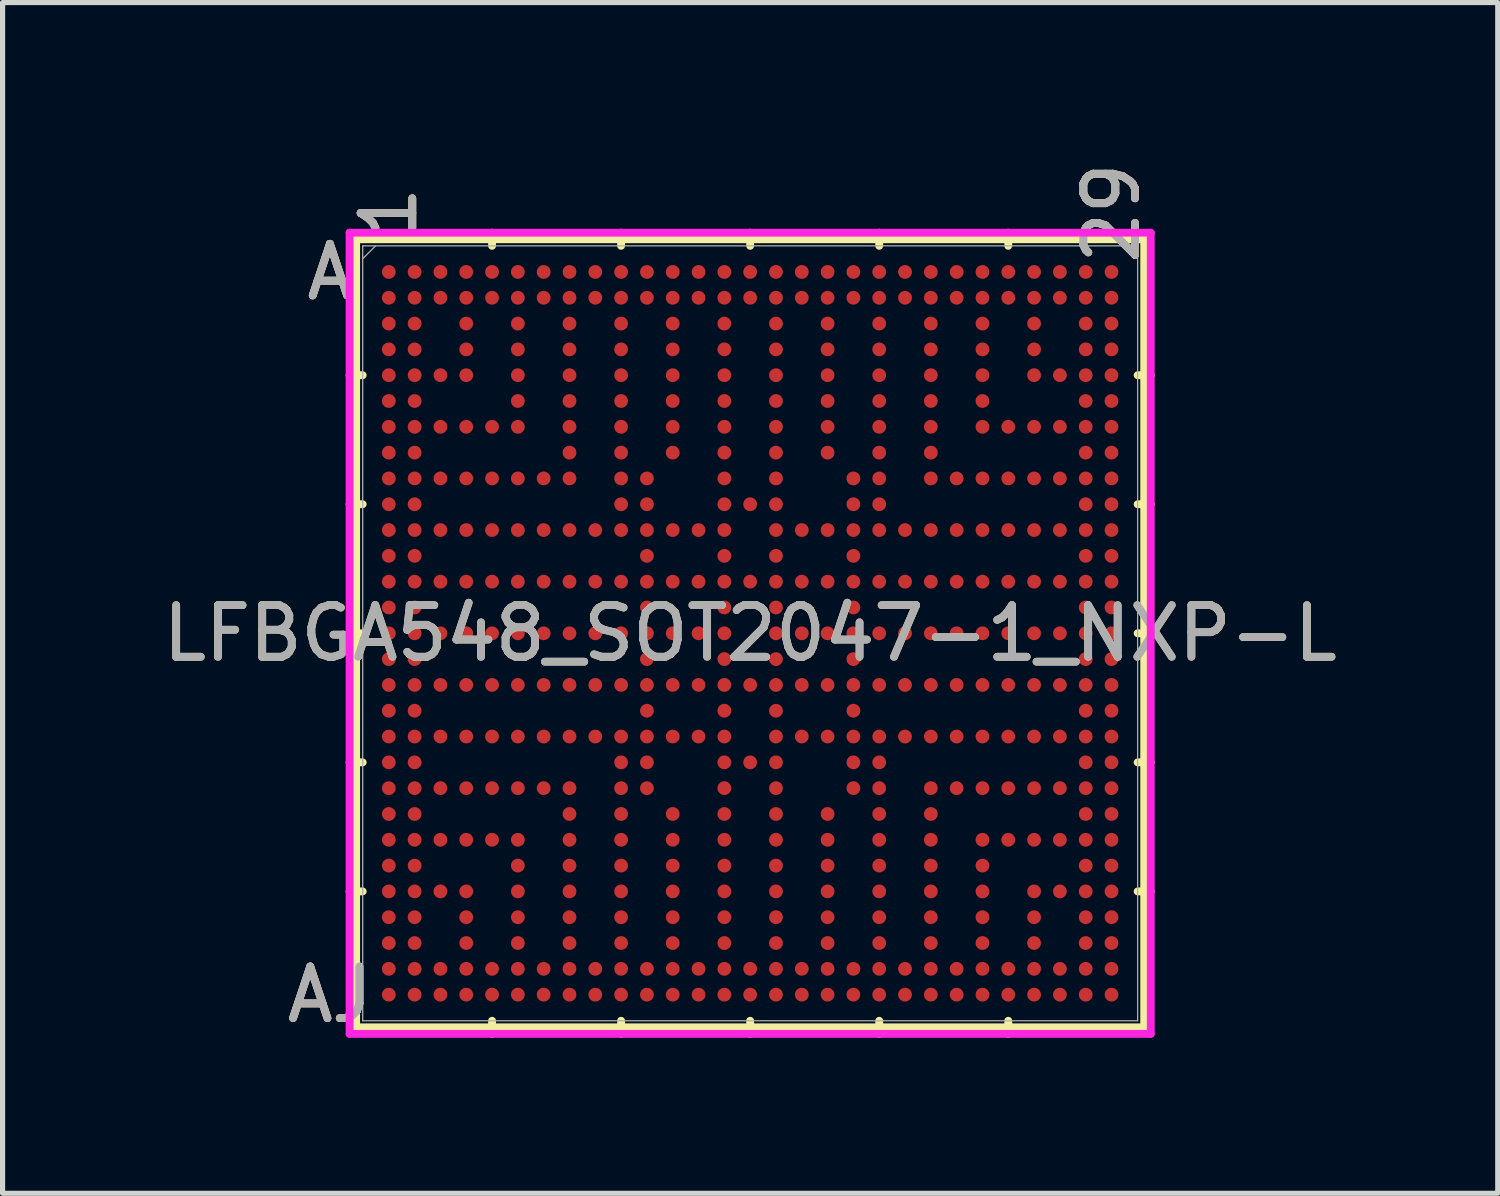
<source format=kicad_pcb>
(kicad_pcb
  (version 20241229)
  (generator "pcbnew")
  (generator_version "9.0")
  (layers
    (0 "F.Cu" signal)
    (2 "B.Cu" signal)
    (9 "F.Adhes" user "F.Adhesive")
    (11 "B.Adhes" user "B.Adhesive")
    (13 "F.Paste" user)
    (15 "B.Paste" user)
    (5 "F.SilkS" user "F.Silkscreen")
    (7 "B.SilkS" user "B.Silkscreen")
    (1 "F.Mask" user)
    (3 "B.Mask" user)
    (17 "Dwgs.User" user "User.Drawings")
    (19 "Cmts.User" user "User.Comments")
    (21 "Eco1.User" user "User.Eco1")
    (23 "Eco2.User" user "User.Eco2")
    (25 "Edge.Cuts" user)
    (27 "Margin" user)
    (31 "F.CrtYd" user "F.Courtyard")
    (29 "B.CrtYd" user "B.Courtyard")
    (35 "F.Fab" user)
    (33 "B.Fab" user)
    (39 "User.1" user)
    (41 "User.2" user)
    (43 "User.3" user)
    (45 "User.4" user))
  (footprint "LFBGA548_SOT2047-1_NXP-L"
    (layer "F.Cu")
    (at 11.482 9.218)
    (property "Reference" "LFBGA548_SOT2047-1_NXP-L" (at 0 0 0) (unlocked yes) (layer "F.SilkS") (effects (font (size 1 1) (thickness 0.15))))
    (attr smd)
    (fp_line (start -7.633 -7.633) (end -7.633 7.633) (stroke (width 0.152) (type solid)) (layer "F.SilkS"))
    (fp_line (start -7.633 7.633) (end 7.633 7.633) (stroke (width 0.152) (type solid)) (layer "F.SilkS"))
    (fp_line (start -7.506 -5) (end -7.76 -5) (stroke (width 0.152) (type solid)) (layer "F.SilkS"))
    (fp_line (start -7.506 -2.5) (end -7.76 -2.5) (stroke (width 0.152) (type solid)) (layer "F.SilkS"))
    (fp_line (start -7.506 0) (end -7.76 0) (stroke (width 0.152) (type solid)) (layer "F.SilkS"))
    (fp_line (start -7.506 2.5) (end -7.76 2.5) (stroke (width 0.152) (type solid)) (layer "F.SilkS"))
    (fp_line (start -7.506 5) (end -7.76 5) (stroke (width 0.152) (type solid)) (layer "F.SilkS"))
    (fp_line (start -5 -7.506) (end -5 -7.76) (stroke (width 0.152) (type solid)) (layer "F.SilkS"))
    (fp_line (start -5 7.506) (end -5 7.76) (stroke (width 0.152) (type solid)) (layer "F.SilkS"))
    (fp_line (start -2.5 -7.506) (end -2.5 -7.76) (stroke (width 0.152) (type solid)) (layer "F.SilkS"))
    (fp_line (start -2.5 7.506) (end -2.5 7.76) (stroke (width 0.152) (type solid)) (layer "F.SilkS"))
    (fp_line (start 0 -7.506) (end 0 -7.76) (stroke (width 0.152) (type solid)) (layer "F.SilkS"))
    (fp_line (start 0 7.506) (end 0 7.76) (stroke (width 0.152) (type solid)) (layer "F.SilkS"))
    (fp_line (start 2.5 -7.506) (end 2.5 -7.76) (stroke (width 0.152) (type solid)) (layer "F.SilkS"))
    (fp_line (start 2.5 7.506) (end 2.5 7.76) (stroke (width 0.152) (type solid)) (layer "F.SilkS"))
    (fp_line (start 5 -7.506) (end 5 -7.76) (stroke (width 0.152) (type solid)) (layer "F.SilkS"))
    (fp_line (start 5 7.506) (end 5 7.76) (stroke (width 0.152) (type solid)) (layer "F.SilkS"))
    (fp_line (start 7.506 -5) (end 7.76 -5) (stroke (width 0.152) (type solid)) (layer "F.SilkS"))
    (fp_line (start 7.506 -2.5) (end 7.76 -2.5) (stroke (width 0.152) (type solid)) (layer "F.SilkS"))
    (fp_line (start 7.506 0) (end 7.76 0) (stroke (width 0.152) (type solid)) (layer "F.SilkS"))
    (fp_line (start 7.506 2.5) (end 7.76 2.5) (stroke (width 0.152) (type solid)) (layer "F.SilkS"))
    (fp_line (start 7.506 5) (end 7.76 5) (stroke (width 0.152) (type solid)) (layer "F.SilkS"))
    (fp_line (start 7.633 -7.633) (end -7.633 -7.633) (stroke (width 0.152) (type solid)) (layer "F.SilkS"))
    (fp_line (start 7.633 7.633) (end 7.633 -7.633) (stroke (width 0.152) (type solid)) (layer "F.SilkS"))
    (fp_poly (pts (xy -7.694 -7.694) (xy 7.694 -7.694) (xy 7.694 7.694) (xy -7.694 7.694)) (stroke (width 0.1) (type solid)) (fill no) (layer "Eco2.User"))
    (fp_line (start -7.76 -7.76) (end 7.76 -7.76) (stroke (width 0.152) (type solid)) (layer "F.CrtYd"))
    (fp_line (start -7.76 7.76) (end -7.76 -7.76) (stroke (width 0.152) (type solid)) (layer "F.CrtYd"))
    (fp_line (start 7.76 -7.76) (end 7.76 7.76) (stroke (width 0.152) (type solid)) (layer "F.CrtYd"))
    (fp_line (start 7.76 7.76) (end -7.76 7.76) (stroke (width 0.152) (type solid)) (layer "F.CrtYd"))
    (fp_line (start -7.506 -7.506) (end -7.506 7.506) (stroke (width 0.025) (type solid)) (layer "F.Fab"))
    (fp_line (start -7.506 7.506) (end 7.506 7.506) (stroke (width 0.025) (type solid)) (layer "F.Fab"))
    (fp_line (start -7.256 -7.506) (end -7.506 -7.256) (stroke (width 0.025) (type solid)) (layer "F.Fab"))
    (fp_line (start 7.506 -7.506) (end -7.506 -7.506) (stroke (width 0.025) (type solid)) (layer "F.Fab"))
    (fp_line (start 7.506 7.506) (end 7.506 -7.506) (stroke (width 0.025) (type solid)) (layer "F.Fab"))
    (fp_text user "29" (at 7 -8.141 90) (unlocked yes) (layer "F.SilkS") (effects (font (size 1 1) (thickness 0.15))))
    (fp_text user "AJ" (at -8.141 7 0) (unlocked yes) (layer "F.SilkS") (effects (font (size 1 1) (thickness 0.15))))
    (fp_text user "1" (at -7 -8.141 90) (unlocked yes) (layer "F.SilkS") (effects (font (size 1 1) (thickness 0.15))))
    (fp_text user "A" (at -8.141 -7 0) (unlocked yes) (layer "F.SilkS") (effects (font (size 1 1) (thickness 0.15))))
    (fp_text user "A" (at -8.141 -7 0) (unlocked yes) (layer "B.SilkS") (effects (font (size 1 1) (thickness 0.15))))
    (fp_text user "1" (at -7 -8.141 90) (unlocked yes) (layer "B.SilkS") (effects (font (size 1 1) (thickness 0.15))))
    (fp_text user "AJ" (at -8.141 7 0) (unlocked yes) (layer "B.SilkS") (effects (font (size 1 1) (thickness 0.15))))
    (fp_text user "29" (at 7 -8.141 90) (unlocked yes) (layer "B.SilkS") (effects (font (size 1 1) (thickness 0.15))))
    (fp_text user "AJ" (at -8.141 7 0) (unlocked yes) (layer "F.Fab") (effects (font (size 1 1) (thickness 0.15))))
    (fp_text user "${REFERENCE}" (at 0 0 0) (unlocked yes) (layer "F.Fab") (effects (font (size 1 1) (thickness 0.15))))
    (fp_text user "29" (at 7 -8.141 90) (unlocked yes) (layer "F.Fab") (effects (font (size 1 1) (thickness 0.15))))
    (fp_text user "A" (at -8.141 -7 0) (unlocked yes) (layer "F.Fab") (effects (font (size 1 1) (thickness 0.15))))
    (fp_text user "1" (at -7 -8.141 90) (unlocked yes) (layer "F.Fab") (effects (font (size 1 1) (thickness 0.15))))
    (pad "A1" smd circle (at -7 -7) (size 0.267 0.267) (layers "F.Cu" "F.Mask" "F.Paste"))
    (pad "A2" smd circle (at -6.5 -7) (size 0.267 0.267) (layers "F.Cu" "F.Mask" "F.Paste"))
    (pad "A3" smd circle (at -6 -7) (size 0.267 0.267) (layers "F.Cu" "F.Mask" "F.Paste"))
    (pad "A4" smd circle (at -5.5 -7) (size 0.267 0.267) (layers "F.Cu" "F.Mask" "F.Paste"))
    (pad "A5" smd circle (at -5 -7) (size 0.267 0.267) (layers "F.Cu" "F.Mask" "F.Paste"))
    (pad "A6" smd circle (at -4.5 -7) (size 0.267 0.267) (layers "F.Cu" "F.Mask" "F.Paste"))
    (pad "A7" smd circle (at -4 -7) (size 0.267 0.267) (layers "F.Cu" "F.Mask" "F.Paste"))
    (pad "A8" smd circle (at -3.5 -7) (size 0.267 0.267) (layers "F.Cu" "F.Mask" "F.Paste"))
    (pad "A9" smd circle (at -3 -7) (size 0.267 0.267) (layers "F.Cu" "F.Mask" "F.Paste"))
    (pad "A10" smd circle (at -2.5 -7) (size 0.267 0.267) (layers "F.Cu" "F.Mask" "F.Paste"))
    (pad "A11" smd circle (at -2 -7) (size 0.267 0.267) (layers "F.Cu" "F.Mask" "F.Paste"))
    (pad "A12" smd circle (at -1.5 -7) (size 0.267 0.267) (layers "F.Cu" "F.Mask" "F.Paste"))
    (pad "A13" smd circle (at -1 -7) (size 0.267 0.267) (layers "F.Cu" "F.Mask" "F.Paste"))
    (pad "A14" smd circle (at -0.5 -7) (size 0.267 0.267) (layers "F.Cu" "F.Mask" "F.Paste"))
    (pad "A15" smd circle (at 0 -7) (size 0.267 0.267) (layers "F.Cu" "F.Mask" "F.Paste"))
    (pad "A16" smd circle (at 0.5 -7) (size 0.267 0.267) (layers "F.Cu" "F.Mask" "F.Paste"))
    (pad "A17" smd circle (at 1 -7) (size 0.267 0.267) (layers "F.Cu" "F.Mask" "F.Paste"))
    (pad "A18" smd circle (at 1.5 -7) (size 0.267 0.267) (layers "F.Cu" "F.Mask" "F.Paste"))
    (pad "A19" smd circle (at 2 -7) (size 0.267 0.267) (layers "F.Cu" "F.Mask" "F.Paste"))
    (pad "A20" smd circle (at 2.5 -7) (size 0.267 0.267) (layers "F.Cu" "F.Mask" "F.Paste"))
    (pad "A21" smd circle (at 3 -7) (size 0.267 0.267) (layers "F.Cu" "F.Mask" "F.Paste"))
    (pad "A22" smd circle (at 3.5 -7) (size 0.267 0.267) (layers "F.Cu" "F.Mask" "F.Paste"))
    (pad "A23" smd circle (at 4 -7) (size 0.267 0.267) (layers "F.Cu" "F.Mask" "F.Paste"))
    (pad "A24" smd circle (at 4.5 -7) (size 0.267 0.267) (layers "F.Cu" "F.Mask" "F.Paste"))
    (pad "A25" smd circle (at 5 -7) (size 0.267 0.267) (layers "F.Cu" "F.Mask" "F.Paste"))
    (pad "A26" smd circle (at 5.5 -7) (size 0.267 0.267) (layers "F.Cu" "F.Mask" "F.Paste"))
    (pad "A27" smd circle (at 6 -7) (size 0.267 0.267) (layers "F.Cu" "F.Mask" "F.Paste"))
    (pad "A28" smd circle (at 6.5 -7) (size 0.267 0.267) (layers "F.Cu" "F.Mask" "F.Paste"))
    (pad "A29" smd circle (at 7 -7) (size 0.267 0.267) (layers "F.Cu" "F.Mask" "F.Paste"))
    (pad "AA1" smd circle (at -7 3) (size 0.267 0.267) (layers "F.Cu" "F.Mask" "F.Paste"))
    (pad "AA2" smd circle (at -6.5 3) (size 0.267 0.267) (layers "F.Cu" "F.Mask" "F.Paste"))
    (pad "AA3" smd circle (at -6 3) (size 0.267 0.267) (layers "F.Cu" "F.Mask" "F.Paste"))
    (pad "AA4" smd circle (at -5.5 3) (size 0.267 0.267) (layers "F.Cu" "F.Mask" "F.Paste"))
    (pad "AA5" smd circle (at -5 3) (size 0.267 0.267) (layers "F.Cu" "F.Mask" "F.Paste"))
    (pad "AA6" smd circle (at -4.5 3) (size 0.267 0.267) (layers "F.Cu" "F.Mask" "F.Paste"))
    (pad "AA7" smd circle (at -4 3) (size 0.267 0.267) (layers "F.Cu" "F.Mask" "F.Paste"))
    (pad "AA8" smd circle (at -3.5 3) (size 0.267 0.267) (layers "F.Cu" "F.Mask" "F.Paste"))
    (pad "AA10" smd circle (at -2.5 3) (size 0.267 0.267) (layers "F.Cu" "F.Mask" "F.Paste"))
    (pad "AA11" smd circle (at -2 3) (size 0.267 0.267) (layers "F.Cu" "F.Mask" "F.Paste"))
    (pad "AA14" smd circle (at -0.5 3) (size 0.267 0.267) (layers "F.Cu" "F.Mask" "F.Paste"))
    (pad "AA16" smd circle (at 0.5 3) (size 0.267 0.267) (layers "F.Cu" "F.Mask" "F.Paste"))
    (pad "AA19" smd circle (at 2 3) (size 0.267 0.267) (layers "F.Cu" "F.Mask" "F.Paste"))
    (pad "AA20" smd circle (at 2.5 3) (size 0.267 0.267) (layers "F.Cu" "F.Mask" "F.Paste"))
    (pad "AA22" smd circle (at 3.5 3) (size 0.267 0.267) (layers "F.Cu" "F.Mask" "F.Paste"))
    (pad "AA23" smd circle (at 4 3) (size 0.267 0.267) (layers "F.Cu" "F.Mask" "F.Paste"))
    (pad "AA24" smd circle (at 4.5 3) (size 0.267 0.267) (layers "F.Cu" "F.Mask" "F.Paste"))
    (pad "AA25" smd circle (at 5 3) (size 0.267 0.267) (layers "F.Cu" "F.Mask" "F.Paste"))
    (pad "AA26" smd circle (at 5.5 3) (size 0.267 0.267) (layers "F.Cu" "F.Mask" "F.Paste"))
    (pad "AA27" smd circle (at 6 3) (size 0.267 0.267) (layers "F.Cu" "F.Mask" "F.Paste"))
    (pad "AA28" smd circle (at 6.5 3) (size 0.267 0.267) (layers "F.Cu" "F.Mask" "F.Paste"))
    (pad "AA29" smd circle (at 7 3) (size 0.267 0.267) (layers "F.Cu" "F.Mask" "F.Paste"))
    (pad "AB1" smd circle (at -7 3.5) (size 0.267 0.267) (layers "F.Cu" "F.Mask" "F.Paste"))
    (pad "AB2" smd circle (at -6.5 3.5) (size 0.267 0.267) (layers "F.Cu" "F.Mask" "F.Paste"))
    (pad "AB8" smd circle (at -3.5 3.5) (size 0.267 0.267) (layers "F.Cu" "F.Mask" "F.Paste"))
    (pad "AB10" smd circle (at -2.5 3.5) (size 0.267 0.267) (layers "F.Cu" "F.Mask" "F.Paste"))
    (pad "AB12" smd circle (at -1.5 3.5) (size 0.267 0.267) (layers "F.Cu" "F.Mask" "F.Paste"))
    (pad "AB14" smd circle (at -0.5 3.5) (size 0.267 0.267) (layers "F.Cu" "F.Mask" "F.Paste"))
    (pad "AB16" smd circle (at 0.5 3.5) (size 0.267 0.267) (layers "F.Cu" "F.Mask" "F.Paste"))
    (pad "AB18" smd circle (at 1.5 3.5) (size 0.267 0.267) (layers "F.Cu" "F.Mask" "F.Paste"))
    (pad "AB20" smd circle (at 2.5 3.5) (size 0.267 0.267) (layers "F.Cu" "F.Mask" "F.Paste"))
    (pad "AB22" smd circle (at 3.5 3.5) (size 0.267 0.267) (layers "F.Cu" "F.Mask" "F.Paste"))
    (pad "AB28" smd circle (at 6.5 3.5) (size 0.267 0.267) (layers "F.Cu" "F.Mask" "F.Paste"))
    (pad "AB29" smd circle (at 7 3.5) (size 0.267 0.267) (layers "F.Cu" "F.Mask" "F.Paste"))
    (pad "AC1" smd circle (at -7 4) (size 0.267 0.267) (layers "F.Cu" "F.Mask" "F.Paste"))
    (pad "AC2" smd circle (at -6.5 4) (size 0.267 0.267) (layers "F.Cu" "F.Mask" "F.Paste"))
    (pad "AC3" smd circle (at -6 4) (size 0.267 0.267) (layers "F.Cu" "F.Mask" "F.Paste"))
    (pad "AC4" smd circle (at -5.5 4) (size 0.267 0.267) (layers "F.Cu" "F.Mask" "F.Paste"))
    (pad "AC5" smd circle (at -5 4) (size 0.267 0.267) (layers "F.Cu" "F.Mask" "F.Paste"))
    (pad "AC6" smd circle (at -4.5 4) (size 0.267 0.267) (layers "F.Cu" "F.Mask" "F.Paste"))
    (pad "AC8" smd circle (at -3.5 4) (size 0.267 0.267) (layers "F.Cu" "F.Mask" "F.Paste"))
    (pad "AC10" smd circle (at -2.5 4) (size 0.267 0.267) (layers "F.Cu" "F.Mask" "F.Paste"))
    (pad "AC12" smd circle (at -1.5 4) (size 0.267 0.267) (layers "F.Cu" "F.Mask" "F.Paste"))
    (pad "AC14" smd circle (at -0.5 4) (size 0.267 0.267) (layers "F.Cu" "F.Mask" "F.Paste"))
    (pad "AC16" smd circle (at 0.5 4) (size 0.267 0.267) (layers "F.Cu" "F.Mask" "F.Paste"))
    (pad "AC18" smd circle (at 1.5 4) (size 0.267 0.267) (layers "F.Cu" "F.Mask" "F.Paste"))
    (pad "AC20" smd circle (at 2.5 4) (size 0.267 0.267) (layers "F.Cu" "F.Mask" "F.Paste"))
    (pad "AC22" smd circle (at 3.5 4) (size 0.267 0.267) (layers "F.Cu" "F.Mask" "F.Paste"))
    (pad "AC24" smd circle (at 4.5 4) (size 0.267 0.267) (layers "F.Cu" "F.Mask" "F.Paste"))
    (pad "AC25" smd circle (at 5 4) (size 0.267 0.267) (layers "F.Cu" "F.Mask" "F.Paste"))
    (pad "AC26" smd circle (at 5.5 4) (size 0.267 0.267) (layers "F.Cu" "F.Mask" "F.Paste"))
    (pad "AC27" smd circle (at 6 4) (size 0.267 0.267) (layers "F.Cu" "F.Mask" "F.Paste"))
    (pad "AC28" smd circle (at 6.5 4) (size 0.267 0.267) (layers "F.Cu" "F.Mask" "F.Paste"))
    (pad "AC29" smd circle (at 7 4) (size 0.267 0.267) (layers "F.Cu" "F.Mask" "F.Paste"))
    (pad "AD1" smd circle (at -7 4.5) (size 0.267 0.267) (layers "F.Cu" "F.Mask" "F.Paste"))
    (pad "AD2" smd circle (at -6.5 4.5) (size 0.267 0.267) (layers "F.Cu" "F.Mask" "F.Paste"))
    (pad "AD6" smd circle (at -4.5 4.5) (size 0.267 0.267) (layers "F.Cu" "F.Mask" "F.Paste"))
    (pad "AD8" smd circle (at -3.5 4.5) (size 0.267 0.267) (layers "F.Cu" "F.Mask" "F.Paste"))
    (pad "AD10" smd circle (at -2.5 4.5) (size 0.267 0.267) (layers "F.Cu" "F.Mask" "F.Paste"))
    (pad "AD12" smd circle (at -1.5 4.5) (size 0.267 0.267) (layers "F.Cu" "F.Mask" "F.Paste"))
    (pad "AD14" smd circle (at -0.5 4.5) (size 0.267 0.267) (layers "F.Cu" "F.Mask" "F.Paste"))
    (pad "AD16" smd circle (at 0.5 4.5) (size 0.267 0.267) (layers "F.Cu" "F.Mask" "F.Paste"))
    (pad "AD18" smd circle (at 1.5 4.5) (size 0.267 0.267) (layers "F.Cu" "F.Mask" "F.Paste"))
    (pad "AD20" smd circle (at 2.5 4.5) (size 0.267 0.267) (layers "F.Cu" "F.Mask" "F.Paste"))
    (pad "AD22" smd circle (at 3.5 4.5) (size 0.267 0.267) (layers "F.Cu" "F.Mask" "F.Paste"))
    (pad "AD24" smd circle (at 4.5 4.5) (size 0.267 0.267) (layers "F.Cu" "F.Mask" "F.Paste"))
    (pad "AD28" smd circle (at 6.5 4.5) (size 0.267 0.267) (layers "F.Cu" "F.Mask" "F.Paste"))
    (pad "AD29" smd circle (at 7 4.5) (size 0.267 0.267) (layers "F.Cu" "F.Mask" "F.Paste"))
    (pad "AE1" smd circle (at -7 5) (size 0.267 0.267) (layers "F.Cu" "F.Mask" "F.Paste"))
    (pad "AE2" smd circle (at -6.5 5) (size 0.267 0.267) (layers "F.Cu" "F.Mask" "F.Paste"))
    (pad "AE3" smd circle (at -6 5) (size 0.267 0.267) (layers "F.Cu" "F.Mask" "F.Paste"))
    (pad "AE4" smd circle (at -5.5 5) (size 0.267 0.267) (layers "F.Cu" "F.Mask" "F.Paste"))
    (pad "AE6" smd circle (at -4.5 5) (size 0.267 0.267) (layers "F.Cu" "F.Mask" "F.Paste"))
    (pad "AE8" smd circle (at -3.5 5) (size 0.267 0.267) (layers "F.Cu" "F.Mask" "F.Paste"))
    (pad "AE10" smd circle (at -2.5 5) (size 0.267 0.267) (layers "F.Cu" "F.Mask" "F.Paste"))
    (pad "AE12" smd circle (at -1.5 5) (size 0.267 0.267) (layers "F.Cu" "F.Mask" "F.Paste"))
    (pad "AE14" smd circle (at -0.5 5) (size 0.267 0.267) (layers "F.Cu" "F.Mask" "F.Paste"))
    (pad "AE16" smd circle (at 0.5 5) (size 0.267 0.267) (layers "F.Cu" "F.Mask" "F.Paste"))
    (pad "AE18" smd circle (at 1.5 5) (size 0.267 0.267) (layers "F.Cu" "F.Mask" "F.Paste"))
    (pad "AE20" smd circle (at 2.5 5) (size 0.267 0.267) (layers "F.Cu" "F.Mask" "F.Paste"))
    (pad "AE22" smd circle (at 3.5 5) (size 0.267 0.267) (layers "F.Cu" "F.Mask" "F.Paste"))
    (pad "AE24" smd circle (at 4.5 5) (size 0.267 0.267) (layers "F.Cu" "F.Mask" "F.Paste"))
    (pad "AE26" smd circle (at 5.5 5) (size 0.267 0.267) (layers "F.Cu" "F.Mask" "F.Paste"))
    (pad "AE27" smd circle (at 6 5) (size 0.267 0.267) (layers "F.Cu" "F.Mask" "F.Paste"))
    (pad "AE28" smd circle (at 6.5 5) (size 0.267 0.267) (layers "F.Cu" "F.Mask" "F.Paste"))
    (pad "AE29" smd circle (at 7 5) (size 0.267 0.267) (layers "F.Cu" "F.Mask" "F.Paste"))
    (pad "AF1" smd circle (at -7 5.5) (size 0.267 0.267) (layers "F.Cu" "F.Mask" "F.Paste"))
    (pad "AF2" smd circle (at -6.5 5.5) (size 0.267 0.267) (layers "F.Cu" "F.Mask" "F.Paste"))
    (pad "AF4" smd circle (at -5.5 5.5) (size 0.267 0.267) (layers "F.Cu" "F.Mask" "F.Paste"))
    (pad "AF6" smd circle (at -4.5 5.5) (size 0.267 0.267) (layers "F.Cu" "F.Mask" "F.Paste"))
    (pad "AF8" smd circle (at -3.5 5.5) (size 0.267 0.267) (layers "F.Cu" "F.Mask" "F.Paste"))
    (pad "AF10" smd circle (at -2.5 5.5) (size 0.267 0.267) (layers "F.Cu" "F.Mask" "F.Paste"))
    (pad "AF12" smd circle (at -1.5 5.5) (size 0.267 0.267) (layers "F.Cu" "F.Mask" "F.Paste"))
    (pad "AF14" smd circle (at -0.5 5.5) (size 0.267 0.267) (layers "F.Cu" "F.Mask" "F.Paste"))
    (pad "AF16" smd circle (at 0.5 5.5) (size 0.267 0.267) (layers "F.Cu" "F.Mask" "F.Paste"))
    (pad "AF18" smd circle (at 1.5 5.5) (size 0.267 0.267) (layers "F.Cu" "F.Mask" "F.Paste"))
    (pad "AF20" smd circle (at 2.5 5.5) (size 0.267 0.267) (layers "F.Cu" "F.Mask" "F.Paste"))
    (pad "AF22" smd circle (at 3.5 5.5) (size 0.267 0.267) (layers "F.Cu" "F.Mask" "F.Paste"))
    (pad "AF24" smd circle (at 4.5 5.5) (size 0.267 0.267) (layers "F.Cu" "F.Mask" "F.Paste"))
    (pad "AF26" smd circle (at 5.5 5.5) (size 0.267 0.267) (layers "F.Cu" "F.Mask" "F.Paste"))
    (pad "AF28" smd circle (at 6.5 5.5) (size 0.267 0.267) (layers "F.Cu" "F.Mask" "F.Paste"))
    (pad "AF29" smd circle (at 7 5.5) (size 0.267 0.267) (layers "F.Cu" "F.Mask" "F.Paste"))
    (pad "AG1" smd circle (at -7 6) (size 0.267 0.267) (layers "F.Cu" "F.Mask" "F.Paste"))
    (pad "AG2" smd circle (at -6.5 6) (size 0.267 0.267) (layers "F.Cu" "F.Mask" "F.Paste"))
    (pad "AG4" smd circle (at -5.5 6) (size 0.267 0.267) (layers "F.Cu" "F.Mask" "F.Paste"))
    (pad "AG6" smd circle (at -4.5 6) (size 0.267 0.267) (layers "F.Cu" "F.Mask" "F.Paste"))
    (pad "AG8" smd circle (at -3.5 6) (size 0.267 0.267) (layers "F.Cu" "F.Mask" "F.Paste"))
    (pad "AG10" smd circle (at -2.5 6) (size 0.267 0.267) (layers "F.Cu" "F.Mask" "F.Paste"))
    (pad "AG12" smd circle (at -1.5 6) (size 0.267 0.267) (layers "F.Cu" "F.Mask" "F.Paste"))
    (pad "AG14" smd circle (at -0.5 6) (size 0.267 0.267) (layers "F.Cu" "F.Mask" "F.Paste"))
    (pad "AG16" smd circle (at 0.5 6) (size 0.267 0.267) (layers "F.Cu" "F.Mask" "F.Paste"))
    (pad "AG18" smd circle (at 1.5 6) (size 0.267 0.267) (layers "F.Cu" "F.Mask" "F.Paste"))
    (pad "AG20" smd circle (at 2.5 6) (size 0.267 0.267) (layers "F.Cu" "F.Mask" "F.Paste"))
    (pad "AG22" smd circle (at 3.5 6) (size 0.267 0.267) (layers "F.Cu" "F.Mask" "F.Paste"))
    (pad "AG24" smd circle (at 4.5 6) (size 0.267 0.267) (layers "F.Cu" "F.Mask" "F.Paste"))
    (pad "AG26" smd circle (at 5.5 6) (size 0.267 0.267) (layers "F.Cu" "F.Mask" "F.Paste"))
    (pad "AG28" smd circle (at 6.5 6) (size 0.267 0.267) (layers "F.Cu" "F.Mask" "F.Paste"))
    (pad "AG29" smd circle (at 7 6) (size 0.267 0.267) (layers "F.Cu" "F.Mask" "F.Paste"))
    (pad "AH1" smd circle (at -7 6.5) (size 0.267 0.267) (layers "F.Cu" "F.Mask" "F.Paste"))
    (pad "AH2" smd circle (at -6.5 6.5) (size 0.267 0.267) (layers "F.Cu" "F.Mask" "F.Paste"))
    (pad "AH3" smd circle (at -6 6.5) (size 0.267 0.267) (layers "F.Cu" "F.Mask" "F.Paste"))
    (pad "AH4" smd circle (at -5.5 6.5) (size 0.267 0.267) (layers "F.Cu" "F.Mask" "F.Paste"))
    (pad "AH5" smd circle (at -5 6.5) (size 0.267 0.267) (layers "F.Cu" "F.Mask" "F.Paste"))
    (pad "AH6" smd circle (at -4.5 6.5) (size 0.267 0.267) (layers "F.Cu" "F.Mask" "F.Paste"))
    (pad "AH7" smd circle (at -4 6.5) (size 0.267 0.267) (layers "F.Cu" "F.Mask" "F.Paste"))
    (pad "AH8" smd circle (at -3.5 6.5) (size 0.267 0.267) (layers "F.Cu" "F.Mask" "F.Paste"))
    (pad "AH9" smd circle (at -3 6.5) (size 0.267 0.267) (layers "F.Cu" "F.Mask" "F.Paste"))
    (pad "AH10" smd circle (at -2.5 6.5) (size 0.267 0.267) (layers "F.Cu" "F.Mask" "F.Paste"))
    (pad "AH11" smd circle (at -2 6.5) (size 0.267 0.267) (layers "F.Cu" "F.Mask" "F.Paste"))
    (pad "AH12" smd circle (at -1.5 6.5) (size 0.267 0.267) (layers "F.Cu" "F.Mask" "F.Paste"))
    (pad "AH13" smd circle (at -1 6.5) (size 0.267 0.267) (layers "F.Cu" "F.Mask" "F.Paste"))
    (pad "AH14" smd circle (at -0.5 6.5) (size 0.267 0.267) (layers "F.Cu" "F.Mask" "F.Paste"))
    (pad "AH15" smd circle (at 0 6.5) (size 0.267 0.267) (layers "F.Cu" "F.Mask" "F.Paste"))
    (pad "AH16" smd circle (at 0.5 6.5) (size 0.267 0.267) (layers "F.Cu" "F.Mask" "F.Paste"))
    (pad "AH17" smd circle (at 1 6.5) (size 0.267 0.267) (layers "F.Cu" "F.Mask" "F.Paste"))
    (pad "AH18" smd circle (at 1.5 6.5) (size 0.267 0.267) (layers "F.Cu" "F.Mask" "F.Paste"))
    (pad "AH19" smd circle (at 2 6.5) (size 0.267 0.267) (layers "F.Cu" "F.Mask" "F.Paste"))
    (pad "AH20" smd circle (at 2.5 6.5) (size 0.267 0.267) (layers "F.Cu" "F.Mask" "F.Paste"))
    (pad "AH21" smd circle (at 3 6.5) (size 0.267 0.267) (layers "F.Cu" "F.Mask" "F.Paste"))
    (pad "AH22" smd circle (at 3.5 6.5) (size 0.267 0.267) (layers "F.Cu" "F.Mask" "F.Paste"))
    (pad "AH23" smd circle (at 4 6.5) (size 0.267 0.267) (layers "F.Cu" "F.Mask" "F.Paste"))
    (pad "AH24" smd circle (at 4.5 6.5) (size 0.267 0.267) (layers "F.Cu" "F.Mask" "F.Paste"))
    (pad "AH25" smd circle (at 5 6.5) (size 0.267 0.267) (layers "F.Cu" "F.Mask" "F.Paste"))
    (pad "AH26" smd circle (at 5.5 6.5) (size 0.267 0.267) (layers "F.Cu" "F.Mask" "F.Paste"))
    (pad "AH27" smd circle (at 6 6.5) (size 0.267 0.267) (layers "F.Cu" "F.Mask" "F.Paste"))
    (pad "AH28" smd circle (at 6.5 6.5) (size 0.267 0.267) (layers "F.Cu" "F.Mask" "F.Paste"))
    (pad "AH29" smd circle (at 7 6.5) (size 0.267 0.267) (layers "F.Cu" "F.Mask" "F.Paste"))
    (pad "AJ1" smd circle (at -7 7) (size 0.267 0.267) (layers "F.Cu" "F.Mask" "F.Paste"))
    (pad "AJ2" smd circle (at -6.5 7) (size 0.267 0.267) (layers "F.Cu" "F.Mask" "F.Paste"))
    (pad "AJ3" smd circle (at -6 7) (size 0.267 0.267) (layers "F.Cu" "F.Mask" "F.Paste"))
    (pad "AJ4" smd circle (at -5.5 7) (size 0.267 0.267) (layers "F.Cu" "F.Mask" "F.Paste"))
    (pad "AJ5" smd circle (at -5 7) (size 0.267 0.267) (layers "F.Cu" "F.Mask" "F.Paste"))
    (pad "AJ6" smd circle (at -4.5 7) (size 0.267 0.267) (layers "F.Cu" "F.Mask" "F.Paste"))
    (pad "AJ7" smd circle (at -4 7) (size 0.267 0.267) (layers "F.Cu" "F.Mask" "F.Paste"))
    (pad "AJ8" smd circle (at -3.5 7) (size 0.267 0.267) (layers "F.Cu" "F.Mask" "F.Paste"))
    (pad "AJ9" smd circle (at -3 7) (size 0.267 0.267) (layers "F.Cu" "F.Mask" "F.Paste"))
    (pad "AJ10" smd circle (at -2.5 7) (size 0.267 0.267) (layers "F.Cu" "F.Mask" "F.Paste"))
    (pad "AJ11" smd circle (at -2 7) (size 0.267 0.267) (layers "F.Cu" "F.Mask" "F.Paste"))
    (pad "AJ12" smd circle (at -1.5 7) (size 0.267 0.267) (layers "F.Cu" "F.Mask" "F.Paste"))
    (pad "AJ13" smd circle (at -1 7) (size 0.267 0.267) (layers "F.Cu" "F.Mask" "F.Paste"))
    (pad "AJ14" smd circle (at -0.5 7) (size 0.267 0.267) (layers "F.Cu" "F.Mask" "F.Paste"))
    (pad "AJ15" smd circle (at 0 7) (size 0.267 0.267) (layers "F.Cu" "F.Mask" "F.Paste"))
    (pad "AJ16" smd circle (at 0.5 7) (size 0.267 0.267) (layers "F.Cu" "F.Mask" "F.Paste"))
    (pad "AJ17" smd circle (at 1 7) (size 0.267 0.267) (layers "F.Cu" "F.Mask" "F.Paste"))
    (pad "AJ18" smd circle (at 1.5 7) (size 0.267 0.267) (layers "F.Cu" "F.Mask" "F.Paste"))
    (pad "AJ19" smd circle (at 2 7) (size 0.267 0.267) (layers "F.Cu" "F.Mask" "F.Paste"))
    (pad "AJ20" smd circle (at 2.5 7) (size 0.267 0.267) (layers "F.Cu" "F.Mask" "F.Paste"))
    (pad "AJ21" smd circle (at 3 7) (size 0.267 0.267) (layers "F.Cu" "F.Mask" "F.Paste"))
    (pad "AJ22" smd circle (at 3.5 7) (size 0.267 0.267) (layers "F.Cu" "F.Mask" "F.Paste"))
    (pad "AJ23" smd circle (at 4 7) (size 0.267 0.267) (layers "F.Cu" "F.Mask" "F.Paste"))
    (pad "AJ24" smd circle (at 4.5 7) (size 0.267 0.267) (layers "F.Cu" "F.Mask" "F.Paste"))
    (pad "AJ25" smd circle (at 5 7) (size 0.267 0.267) (layers "F.Cu" "F.Mask" "F.Paste"))
    (pad "AJ26" smd circle (at 5.5 7) (size 0.267 0.267) (layers "F.Cu" "F.Mask" "F.Paste"))
    (pad "AJ27" smd circle (at 6 7) (size 0.267 0.267) (layers "F.Cu" "F.Mask" "F.Paste"))
    (pad "AJ28" smd circle (at 6.5 7) (size 0.267 0.267) (layers "F.Cu" "F.Mask" "F.Paste"))
    (pad "AJ29" smd circle (at 7 7) (size 0.267 0.267) (layers "F.Cu" "F.Mask" "F.Paste"))
    (pad "B1" smd circle (at -7 -6.5) (size 0.267 0.267) (layers "F.Cu" "F.Mask" "F.Paste"))
    (pad "B2" smd circle (at -6.5 -6.5) (size 0.267 0.267) (layers "F.Cu" "F.Mask" "F.Paste"))
    (pad "B3" smd circle (at -6 -6.5) (size 0.267 0.267) (layers "F.Cu" "F.Mask" "F.Paste"))
    (pad "B4" smd circle (at -5.5 -6.5) (size 0.267 0.267) (layers "F.Cu" "F.Mask" "F.Paste"))
    (pad "B5" smd circle (at -5 -6.5) (size 0.267 0.267) (layers "F.Cu" "F.Mask" "F.Paste"))
    (pad "B6" smd circle (at -4.5 -6.5) (size 0.267 0.267) (layers "F.Cu" "F.Mask" "F.Paste"))
    (pad "B7" smd circle (at -4 -6.5) (size 0.267 0.267) (layers "F.Cu" "F.Mask" "F.Paste"))
    (pad "B8" smd circle (at -3.5 -6.5) (size 0.267 0.267) (layers "F.Cu" "F.Mask" "F.Paste"))
    (pad "B9" smd circle (at -3 -6.5) (size 0.267 0.267) (layers "F.Cu" "F.Mask" "F.Paste"))
    (pad "B10" smd circle (at -2.5 -6.5) (size 0.267 0.267) (layers "F.Cu" "F.Mask" "F.Paste"))
    (pad "B11" smd circle (at -2 -6.5) (size 0.267 0.267) (layers "F.Cu" "F.Mask" "F.Paste"))
    (pad "B12" smd circle (at -1.5 -6.5) (size 0.267 0.267) (layers "F.Cu" "F.Mask" "F.Paste"))
    (pad "B13" smd circle (at -1 -6.5) (size 0.267 0.267) (layers "F.Cu" "F.Mask" "F.Paste"))
    (pad "B14" smd circle (at -0.5 -6.5) (size 0.267 0.267) (layers "F.Cu" "F.Mask" "F.Paste"))
    (pad "B15" smd circle (at 0 -6.5) (size 0.267 0.267) (layers "F.Cu" "F.Mask" "F.Paste"))
    (pad "B16" smd circle (at 0.5 -6.5) (size 0.267 0.267) (layers "F.Cu" "F.Mask" "F.Paste"))
    (pad "B17" smd circle (at 1 -6.5) (size 0.267 0.267) (layers "F.Cu" "F.Mask" "F.Paste"))
    (pad "B18" smd circle (at 1.5 -6.5) (size 0.267 0.267) (layers "F.Cu" "F.Mask" "F.Paste"))
    (pad "B19" smd circle (at 2 -6.5) (size 0.267 0.267) (layers "F.Cu" "F.Mask" "F.Paste"))
    (pad "B20" smd circle (at 2.5 -6.5) (size 0.267 0.267) (layers "F.Cu" "F.Mask" "F.Paste"))
    (pad "B21" smd circle (at 3 -6.5) (size 0.267 0.267) (layers "F.Cu" "F.Mask" "F.Paste"))
    (pad "B22" smd circle (at 3.5 -6.5) (size 0.267 0.267) (layers "F.Cu" "F.Mask" "F.Paste"))
    (pad "B23" smd circle (at 4 -6.5) (size 0.267 0.267) (layers "F.Cu" "F.Mask" "F.Paste"))
    (pad "B24" smd circle (at 4.5 -6.5) (size 0.267 0.267) (layers "F.Cu" "F.Mask" "F.Paste"))
    (pad "B25" smd circle (at 5 -6.5) (size 0.267 0.267) (layers "F.Cu" "F.Mask" "F.Paste"))
    (pad "B26" smd circle (at 5.5 -6.5) (size 0.267 0.267) (layers "F.Cu" "F.Mask" "F.Paste"))
    (pad "B27" smd circle (at 6 -6.5) (size 0.267 0.267) (layers "F.Cu" "F.Mask" "F.Paste"))
    (pad "B28" smd circle (at 6.5 -6.5) (size 0.267 0.267) (layers "F.Cu" "F.Mask" "F.Paste"))
    (pad "B29" smd circle (at 7 -6.5) (size 0.267 0.267) (layers "F.Cu" "F.Mask" "F.Paste"))
    (pad "C1" smd circle (at -7 -6) (size 0.267 0.267) (layers "F.Cu" "F.Mask" "F.Paste"))
    (pad "C2" smd circle (at -6.5 -6) (size 0.267 0.267) (layers "F.Cu" "F.Mask" "F.Paste"))
    (pad "C4" smd circle (at -5.5 -6) (size 0.267 0.267) (layers "F.Cu" "F.Mask" "F.Paste"))
    (pad "C6" smd circle (at -4.5 -6) (size 0.267 0.267) (layers "F.Cu" "F.Mask" "F.Paste"))
    (pad "C8" smd circle (at -3.5 -6) (size 0.267 0.267) (layers "F.Cu" "F.Mask" "F.Paste"))
    (pad "C10" smd circle (at -2.5 -6) (size 0.267 0.267) (layers "F.Cu" "F.Mask" "F.Paste"))
    (pad "C12" smd circle (at -1.5 -6) (size 0.267 0.267) (layers "F.Cu" "F.Mask" "F.Paste"))
    (pad "C14" smd circle (at -0.5 -6) (size 0.267 0.267) (layers "F.Cu" "F.Mask" "F.Paste"))
    (pad "C16" smd circle (at 0.5 -6) (size 0.267 0.267) (layers "F.Cu" "F.Mask" "F.Paste"))
    (pad "C18" smd circle (at 1.5 -6) (size 0.267 0.267) (layers "F.Cu" "F.Mask" "F.Paste"))
    (pad "C20" smd circle (at 2.5 -6) (size 0.267 0.267) (layers "F.Cu" "F.Mask" "F.Paste"))
    (pad "C22" smd circle (at 3.5 -6) (size 0.267 0.267) (layers "F.Cu" "F.Mask" "F.Paste"))
    (pad "C24" smd circle (at 4.5 -6) (size 0.267 0.267) (layers "F.Cu" "F.Mask" "F.Paste"))
    (pad "C26" smd circle (at 5.5 -6) (size 0.267 0.267) (layers "F.Cu" "F.Mask" "F.Paste"))
    (pad "C28" smd circle (at 6.5 -6) (size 0.267 0.267) (layers "F.Cu" "F.Mask" "F.Paste"))
    (pad "C29" smd circle (at 7 -6) (size 0.267 0.267) (layers "F.Cu" "F.Mask" "F.Paste"))
    (pad "D1" smd circle (at -7 -5.5) (size 0.267 0.267) (layers "F.Cu" "F.Mask" "F.Paste"))
    (pad "D2" smd circle (at -6.5 -5.5) (size 0.267 0.267) (layers "F.Cu" "F.Mask" "F.Paste"))
    (pad "D4" smd circle (at -5.5 -5.5) (size 0.267 0.267) (layers "F.Cu" "F.Mask" "F.Paste"))
    (pad "D6" smd circle (at -4.5 -5.5) (size 0.267 0.267) (layers "F.Cu" "F.Mask" "F.Paste"))
    (pad "D8" smd circle (at -3.5 -5.5) (size 0.267 0.267) (layers "F.Cu" "F.Mask" "F.Paste"))
    (pad "D10" smd circle (at -2.5 -5.5) (size 0.267 0.267) (layers "F.Cu" "F.Mask" "F.Paste"))
    (pad "D12" smd circle (at -1.5 -5.5) (size 0.267 0.267) (layers "F.Cu" "F.Mask" "F.Paste"))
    (pad "D14" smd circle (at -0.5 -5.5) (size 0.267 0.267) (layers "F.Cu" "F.Mask" "F.Paste"))
    (pad "D16" smd circle (at 0.5 -5.5) (size 0.267 0.267) (layers "F.Cu" "F.Mask" "F.Paste"))
    (pad "D18" smd circle (at 1.5 -5.5) (size 0.267 0.267) (layers "F.Cu" "F.Mask" "F.Paste"))
    (pad "D20" smd circle (at 2.5 -5.5) (size 0.267 0.267) (layers "F.Cu" "F.Mask" "F.Paste"))
    (pad "D22" smd circle (at 3.5 -5.5) (size 0.267 0.267) (layers "F.Cu" "F.Mask" "F.Paste"))
    (pad "D24" smd circle (at 4.5 -5.5) (size 0.267 0.267) (layers "F.Cu" "F.Mask" "F.Paste"))
    (pad "D26" smd circle (at 5.5 -5.5) (size 0.267 0.267) (layers "F.Cu" "F.Mask" "F.Paste"))
    (pad "D28" smd circle (at 6.5 -5.5) (size 0.267 0.267) (layers "F.Cu" "F.Mask" "F.Paste"))
    (pad "D29" smd circle (at 7 -5.5) (size 0.267 0.267) (layers "F.Cu" "F.Mask" "F.Paste"))
    (pad "E1" smd circle (at -7 -5) (size 0.267 0.267) (layers "F.Cu" "F.Mask" "F.Paste"))
    (pad "E2" smd circle (at -6.5 -5) (size 0.267 0.267) (layers "F.Cu" "F.Mask" "F.Paste"))
    (pad "E3" smd circle (at -6 -5) (size 0.267 0.267) (layers "F.Cu" "F.Mask" "F.Paste"))
    (pad "E4" smd circle (at -5.5 -5) (size 0.267 0.267) (layers "F.Cu" "F.Mask" "F.Paste"))
    (pad "E6" smd circle (at -4.5 -5) (size 0.267 0.267) (layers "F.Cu" "F.Mask" "F.Paste"))
    (pad "E8" smd circle (at -3.5 -5) (size 0.267 0.267) (layers "F.Cu" "F.Mask" "F.Paste"))
    (pad "E10" smd circle (at -2.5 -5) (size 0.267 0.267) (layers "F.Cu" "F.Mask" "F.Paste"))
    (pad "E12" smd circle (at -1.5 -5) (size 0.267 0.267) (layers "F.Cu" "F.Mask" "F.Paste"))
    (pad "E14" smd circle (at -0.5 -5) (size 0.267 0.267) (layers "F.Cu" "F.Mask" "F.Paste"))
    (pad "E16" smd circle (at 0.5 -5) (size 0.267 0.267) (layers "F.Cu" "F.Mask" "F.Paste"))
    (pad "E18" smd circle (at 1.5 -5) (size 0.267 0.267) (layers "F.Cu" "F.Mask" "F.Paste"))
    (pad "E20" smd circle (at 2.5 -5) (size 0.267 0.267) (layers "F.Cu" "F.Mask" "F.Paste"))
    (pad "E22" smd circle (at 3.5 -5) (size 0.267 0.267) (layers "F.Cu" "F.Mask" "F.Paste"))
    (pad "E24" smd circle (at 4.5 -5) (size 0.267 0.267) (layers "F.Cu" "F.Mask" "F.Paste"))
    (pad "E26" smd circle (at 5.5 -5) (size 0.267 0.267) (layers "F.Cu" "F.Mask" "F.Paste"))
    (pad "E27" smd circle (at 6 -5) (size 0.267 0.267) (layers "F.Cu" "F.Mask" "F.Paste"))
    (pad "E28" smd circle (at 6.5 -5) (size 0.267 0.267) (layers "F.Cu" "F.Mask" "F.Paste"))
    (pad "E29" smd circle (at 7 -5) (size 0.267 0.267) (layers "F.Cu" "F.Mask" "F.Paste"))
    (pad "F1" smd circle (at -7 -4.5) (size 0.267 0.267) (layers "F.Cu" "F.Mask" "F.Paste"))
    (pad "F2" smd circle (at -6.5 -4.5) (size 0.267 0.267) (layers "F.Cu" "F.Mask" "F.Paste"))
    (pad "F6" smd circle (at -4.5 -4.5) (size 0.267 0.267) (layers "F.Cu" "F.Mask" "F.Paste"))
    (pad "F8" smd circle (at -3.5 -4.5) (size 0.267 0.267) (layers "F.Cu" "F.Mask" "F.Paste"))
    (pad "F10" smd circle (at -2.5 -4.5) (size 0.267 0.267) (layers "F.Cu" "F.Mask" "F.Paste"))
    (pad "F12" smd circle (at -1.5 -4.5) (size 0.267 0.267) (layers "F.Cu" "F.Mask" "F.Paste"))
    (pad "F14" smd circle (at -0.5 -4.5) (size 0.267 0.267) (layers "F.Cu" "F.Mask" "F.Paste"))
    (pad "F16" smd circle (at 0.5 -4.5) (size 0.267 0.267) (layers "F.Cu" "F.Mask" "F.Paste"))
    (pad "F18" smd circle (at 1.5 -4.5) (size 0.267 0.267) (layers "F.Cu" "F.Mask" "F.Paste"))
    (pad "F20" smd circle (at 2.5 -4.5) (size 0.267 0.267) (layers "F.Cu" "F.Mask" "F.Paste"))
    (pad "F22" smd circle (at 3.5 -4.5) (size 0.267 0.267) (layers "F.Cu" "F.Mask" "F.Paste"))
    (pad "F24" smd circle (at 4.5 -4.5) (size 0.267 0.267) (layers "F.Cu" "F.Mask" "F.Paste"))
    (pad "F28" smd circle (at 6.5 -4.5) (size 0.267 0.267) (layers "F.Cu" "F.Mask" "F.Paste"))
    (pad "F29" smd circle (at 7 -4.5) (size 0.267 0.267) (layers "F.Cu" "F.Mask" "F.Paste"))
    (pad "G1" smd circle (at -7 -4) (size 0.267 0.267) (layers "F.Cu" "F.Mask" "F.Paste"))
    (pad "G2" smd circle (at -6.5 -4) (size 0.267 0.267) (layers "F.Cu" "F.Mask" "F.Paste"))
    (pad "G3" smd circle (at -6 -4) (size 0.267 0.267) (layers "F.Cu" "F.Mask" "F.Paste"))
    (pad "G4" smd circle (at -5.5 -4) (size 0.267 0.267) (layers "F.Cu" "F.Mask" "F.Paste"))
    (pad "G5" smd circle (at -5 -4) (size 0.267 0.267) (layers "F.Cu" "F.Mask" "F.Paste"))
    (pad "G6" smd circle (at -4.5 -4) (size 0.267 0.267) (layers "F.Cu" "F.Mask" "F.Paste"))
    (pad "G8" smd circle (at -3.5 -4) (size 0.267 0.267) (layers "F.Cu" "F.Mask" "F.Paste"))
    (pad "G10" smd circle (at -2.5 -4) (size 0.267 0.267) (layers "F.Cu" "F.Mask" "F.Paste"))
    (pad "G12" smd circle (at -1.5 -4) (size 0.267 0.267) (layers "F.Cu" "F.Mask" "F.Paste"))
    (pad "G14" smd circle (at -0.5 -4) (size 0.267 0.267) (layers "F.Cu" "F.Mask" "F.Paste"))
    (pad "G16" smd circle (at 0.5 -4) (size 0.267 0.267) (layers "F.Cu" "F.Mask" "F.Paste"))
    (pad "G18" smd circle (at 1.5 -4) (size 0.267 0.267) (layers "F.Cu" "F.Mask" "F.Paste"))
    (pad "G20" smd circle (at 2.5 -4) (size 0.267 0.267) (layers "F.Cu" "F.Mask" "F.Paste"))
    (pad "G22" smd circle (at 3.5 -4) (size 0.267 0.267) (layers "F.Cu" "F.Mask" "F.Paste"))
    (pad "G24" smd circle (at 4.5 -4) (size 0.267 0.267) (layers "F.Cu" "F.Mask" "F.Paste"))
    (pad "G25" smd circle (at 5 -4) (size 0.267 0.267) (layers "F.Cu" "F.Mask" "F.Paste"))
    (pad "G26" smd circle (at 5.5 -4) (size 0.267 0.267) (layers "F.Cu" "F.Mask" "F.Paste"))
    (pad "G27" smd circle (at 6 -4) (size 0.267 0.267) (layers "F.Cu" "F.Mask" "F.Paste"))
    (pad "G28" smd circle (at 6.5 -4) (size 0.267 0.267) (layers "F.Cu" "F.Mask" "F.Paste"))
    (pad "G29" smd circle (at 7 -4) (size 0.267 0.267) (layers "F.Cu" "F.Mask" "F.Paste"))
    (pad "H1" smd circle (at -7 -3.5) (size 0.267 0.267) (layers "F.Cu" "F.Mask" "F.Paste"))
    (pad "H2" smd circle (at -6.5 -3.5) (size 0.267 0.267) (layers "F.Cu" "F.Mask" "F.Paste"))
    (pad "H8" smd circle (at -3.5 -3.5) (size 0.267 0.267) (layers "F.Cu" "F.Mask" "F.Paste"))
    (pad "H10" smd circle (at -2.5 -3.5) (size 0.267 0.267) (layers "F.Cu" "F.Mask" "F.Paste"))
    (pad "H12" smd circle (at -1.5 -3.5) (size 0.267 0.267) (layers "F.Cu" "F.Mask" "F.Paste"))
    (pad "H14" smd circle (at -0.5 -3.5) (size 0.267 0.267) (layers "F.Cu" "F.Mask" "F.Paste"))
    (pad "H16" smd circle (at 0.5 -3.5) (size 0.267 0.267) (layers "F.Cu" "F.Mask" "F.Paste"))
    (pad "H18" smd circle (at 1.5 -3.5) (size 0.267 0.267) (layers "F.Cu" "F.Mask" "F.Paste"))
    (pad "H20" smd circle (at 2.5 -3.5) (size 0.267 0.267) (layers "F.Cu" "F.Mask" "F.Paste"))
    (pad "H22" smd circle (at 3.5 -3.5) (size 0.267 0.267) (layers "F.Cu" "F.Mask" "F.Paste"))
    (pad "H28" smd circle (at 6.5 -3.5) (size 0.267 0.267) (layers "F.Cu" "F.Mask" "F.Paste"))
    (pad "H29" smd circle (at 7 -3.5) (size 0.267 0.267) (layers "F.Cu" "F.Mask" "F.Paste"))
    (pad "J1" smd circle (at -7 -3) (size 0.267 0.267) (layers "F.Cu" "F.Mask" "F.Paste"))
    (pad "J2" smd circle (at -6.5 -3) (size 0.267 0.267) (layers "F.Cu" "F.Mask" "F.Paste"))
    (pad "J3" smd circle (at -6 -3) (size 0.267 0.267) (layers "F.Cu" "F.Mask" "F.Paste"))
    (pad "J4" smd circle (at -5.5 -3) (size 0.267 0.267) (layers "F.Cu" "F.Mask" "F.Paste"))
    (pad "J5" smd circle (at -5 -3) (size 0.267 0.267) (layers "F.Cu" "F.Mask" "F.Paste"))
    (pad "J6" smd circle (at -4.5 -3) (size 0.267 0.267) (layers "F.Cu" "F.Mask" "F.Paste"))
    (pad "J7" smd circle (at -4 -3) (size 0.267 0.267) (layers "F.Cu" "F.Mask" "F.Paste"))
    (pad "J8" smd circle (at -3.5 -3) (size 0.267 0.267) (layers "F.Cu" "F.Mask" "F.Paste"))
    (pad "J10" smd circle (at -2.5 -3) (size 0.267 0.267) (layers "F.Cu" "F.Mask" "F.Paste"))
    (pad "J11" smd circle (at -2 -3) (size 0.267 0.267) (layers "F.Cu" "F.Mask" "F.Paste"))
    (pad "J14" smd circle (at -0.5 -3) (size 0.267 0.267) (layers "F.Cu" "F.Mask" "F.Paste"))
    (pad "J16" smd circle (at 0.5 -3) (size 0.267 0.267) (layers "F.Cu" "F.Mask" "F.Paste"))
    (pad "J19" smd circle (at 2 -3) (size 0.267 0.267) (layers "F.Cu" "F.Mask" "F.Paste"))
    (pad "J20" smd circle (at 2.5 -3) (size 0.267 0.267) (layers "F.Cu" "F.Mask" "F.Paste"))
    (pad "J22" smd circle (at 3.5 -3) (size 0.267 0.267) (layers "F.Cu" "F.Mask" "F.Paste"))
    (pad "J23" smd circle (at 4 -3) (size 0.267 0.267) (layers "F.Cu" "F.Mask" "F.Paste"))
    (pad "J24" smd circle (at 4.5 -3) (size 0.267 0.267) (layers "F.Cu" "F.Mask" "F.Paste"))
    (pad "J25" smd circle (at 5 -3) (size 0.267 0.267) (layers "F.Cu" "F.Mask" "F.Paste"))
    (pad "J26" smd circle (at 5.5 -3) (size 0.267 0.267) (layers "F.Cu" "F.Mask" "F.Paste"))
    (pad "J27" smd circle (at 6 -3) (size 0.267 0.267) (layers "F.Cu" "F.Mask" "F.Paste"))
    (pad "J28" smd circle (at 6.5 -3) (size 0.267 0.267) (layers "F.Cu" "F.Mask" "F.Paste"))
    (pad "J29" smd circle (at 7 -3) (size 0.267 0.267) (layers "F.Cu" "F.Mask" "F.Paste"))
    (pad "K1" smd circle (at -7 -2.5) (size 0.267 0.267) (layers "F.Cu" "F.Mask" "F.Paste"))
    (pad "K2" smd circle (at -6.5 -2.5) (size 0.267 0.267) (layers "F.Cu" "F.Mask" "F.Paste"))
    (pad "K10" smd circle (at -2.5 -2.5) (size 0.267 0.267) (layers "F.Cu" "F.Mask" "F.Paste"))
    (pad "K11" smd circle (at -2 -2.5) (size 0.267 0.267) (layers "F.Cu" "F.Mask" "F.Paste"))
    (pad "K14" smd circle (at -0.5 -2.5) (size 0.267 0.267) (layers "F.Cu" "F.Mask" "F.Paste"))
    (pad "K15" smd circle (at 0 -2.5) (size 0.267 0.267) (layers "F.Cu" "F.Mask" "F.Paste"))
    (pad "K16" smd circle (at 0.5 -2.5) (size 0.267 0.267) (layers "F.Cu" "F.Mask" "F.Paste"))
    (pad "K19" smd circle (at 2 -2.5) (size 0.267 0.267) (layers "F.Cu" "F.Mask" "F.Paste"))
    (pad "K20" smd circle (at 2.5 -2.5) (size 0.267 0.267) (layers "F.Cu" "F.Mask" "F.Paste"))
    (pad "K28" smd circle (at 6.5 -2.5) (size 0.267 0.267) (layers "F.Cu" "F.Mask" "F.Paste"))
    (pad "K29" smd circle (at 7 -2.5) (size 0.267 0.267) (layers "F.Cu" "F.Mask" "F.Paste"))
    (pad "L1" smd circle (at -7 -2) (size 0.267 0.267) (layers "F.Cu" "F.Mask" "F.Paste"))
    (pad "L2" smd circle (at -6.5 -2) (size 0.267 0.267) (layers "F.Cu" "F.Mask" "F.Paste"))
    (pad "L3" smd circle (at -6 -2) (size 0.267 0.267) (layers "F.Cu" "F.Mask" "F.Paste"))
    (pad "L4" smd circle (at -5.5 -2) (size 0.267 0.267) (layers "F.Cu" "F.Mask" "F.Paste"))
    (pad "L5" smd circle (at -5 -2) (size 0.267 0.267) (layers "F.Cu" "F.Mask" "F.Paste"))
    (pad "L6" smd circle (at -4.5 -2) (size 0.267 0.267) (layers "F.Cu" "F.Mask" "F.Paste"))
    (pad "L7" smd circle (at -4 -2) (size 0.267 0.267) (layers "F.Cu" "F.Mask" "F.Paste"))
    (pad "L8" smd circle (at -3.5 -2) (size 0.267 0.267) (layers "F.Cu" "F.Mask" "F.Paste"))
    (pad "L9" smd circle (at -3 -2) (size 0.267 0.267) (layers "F.Cu" "F.Mask" "F.Paste"))
    (pad "L10" smd circle (at -2.5 -2) (size 0.267 0.267) (layers "F.Cu" "F.Mask" "F.Paste"))
    (pad "L11" smd circle (at -2 -2) (size 0.267 0.267) (layers "F.Cu" "F.Mask" "F.Paste"))
    (pad "L12" smd circle (at -1.5 -2) (size 0.267 0.267) (layers "F.Cu" "F.Mask" "F.Paste"))
    (pad "L13" smd circle (at -1 -2) (size 0.267 0.267) (layers "F.Cu" "F.Mask" "F.Paste"))
    (pad "L14" smd circle (at -0.5 -2) (size 0.267 0.267) (layers "F.Cu" "F.Mask" "F.Paste"))
    (pad "L16" smd circle (at 0.5 -2) (size 0.267 0.267) (layers "F.Cu" "F.Mask" "F.Paste"))
    (pad "L17" smd circle (at 1 -2) (size 0.267 0.267) (layers "F.Cu" "F.Mask" "F.Paste"))
    (pad "L18" smd circle (at 1.5 -2) (size 0.267 0.267) (layers "F.Cu" "F.Mask" "F.Paste"))
    (pad "L19" smd circle (at 2 -2) (size 0.267 0.267) (layers "F.Cu" "F.Mask" "F.Paste"))
    (pad "L20" smd circle (at 2.5 -2) (size 0.267 0.267) (layers "F.Cu" "F.Mask" "F.Paste"))
    (pad "L21" smd circle (at 3 -2) (size 0.267 0.267) (layers "F.Cu" "F.Mask" "F.Paste"))
    (pad "L22" smd circle (at 3.5 -2) (size 0.267 0.267) (layers "F.Cu" "F.Mask" "F.Paste"))
    (pad "L23" smd circle (at 4 -2) (size 0.267 0.267) (layers "F.Cu" "F.Mask" "F.Paste"))
    (pad "L24" smd circle (at 4.5 -2) (size 0.267 0.267) (layers "F.Cu" "F.Mask" "F.Paste"))
    (pad "L25" smd circle (at 5 -2) (size 0.267 0.267) (layers "F.Cu" "F.Mask" "F.Paste"))
    (pad "L26" smd circle (at 5.5 -2) (size 0.267 0.267) (layers "F.Cu" "F.Mask" "F.Paste"))
    (pad "L27" smd circle (at 6 -2) (size 0.267 0.267) (layers "F.Cu" "F.Mask" "F.Paste"))
    (pad "L28" smd circle (at 6.5 -2) (size 0.267 0.267) (layers "F.Cu" "F.Mask" "F.Paste"))
    (pad "L29" smd circle (at 7 -2) (size 0.267 0.267) (layers "F.Cu" "F.Mask" "F.Paste"))
    (pad "M1" smd circle (at -7 -1.5) (size 0.267 0.267) (layers "F.Cu" "F.Mask" "F.Paste"))
    (pad "M2" smd circle (at -6.5 -1.5) (size 0.267 0.267) (layers "F.Cu" "F.Mask" "F.Paste"))
    (pad "M11" smd circle (at -2 -1.5) (size 0.267 0.267) (layers "F.Cu" "F.Mask" "F.Paste"))
    (pad "M14" smd circle (at -0.5 -1.5) (size 0.267 0.267) (layers "F.Cu" "F.Mask" "F.Paste"))
    (pad "M16" smd circle (at 0.5 -1.5) (size 0.267 0.267) (layers "F.Cu" "F.Mask" "F.Paste"))
    (pad "M19" smd circle (at 2 -1.5) (size 0.267 0.267) (layers "F.Cu" "F.Mask" "F.Paste"))
    (pad "M28" smd circle (at 6.5 -1.5) (size 0.267 0.267) (layers "F.Cu" "F.Mask" "F.Paste"))
    (pad "M29" smd circle (at 7 -1.5) (size 0.267 0.267) (layers "F.Cu" "F.Mask" "F.Paste"))
    (pad "N1" smd circle (at -7 -1) (size 0.267 0.267) (layers "F.Cu" "F.Mask" "F.Paste"))
    (pad "N2" smd circle (at -6.5 -1) (size 0.267 0.267) (layers "F.Cu" "F.Mask" "F.Paste"))
    (pad "N3" smd circle (at -6 -1) (size 0.267 0.267) (layers "F.Cu" "F.Mask" "F.Paste"))
    (pad "N4" smd circle (at -5.5 -1) (size 0.267 0.267) (layers "F.Cu" "F.Mask" "F.Paste"))
    (pad "N5" smd circle (at -5 -1) (size 0.267 0.267) (layers "F.Cu" "F.Mask" "F.Paste"))
    (pad "N6" smd circle (at -4.5 -1) (size 0.267 0.267) (layers "F.Cu" "F.Mask" "F.Paste"))
    (pad "N7" smd circle (at -4 -1) (size 0.267 0.267) (layers "F.Cu" "F.Mask" "F.Paste"))
    (pad "N8" smd circle (at -3.5 -1) (size 0.267 0.267) (layers "F.Cu" "F.Mask" "F.Paste"))
    (pad "N9" smd circle (at -3 -1) (size 0.267 0.267) (layers "F.Cu" "F.Mask" "F.Paste"))
    (pad "N10" smd circle (at -2.5 -1) (size 0.267 0.267) (layers "F.Cu" "F.Mask" "F.Paste"))
    (pad "N11" smd circle (at -2 -1) (size 0.267 0.267) (layers "F.Cu" "F.Mask" "F.Paste"))
    (pad "N12" smd circle (at -1.5 -1) (size 0.267 0.267) (layers "F.Cu" "F.Mask" "F.Paste"))
    (pad "N13" smd circle (at -1 -1) (size 0.267 0.267) (layers "F.Cu" "F.Mask" "F.Paste"))
    (pad "N14" smd circle (at -0.5 -1) (size 0.267 0.267) (layers "F.Cu" "F.Mask" "F.Paste"))
    (pad "N15" smd circle (at 0 -1) (size 0.267 0.267) (layers "F.Cu" "F.Mask" "F.Paste"))
    (pad "N16" smd circle (at 0.5 -1) (size 0.267 0.267) (layers "F.Cu" "F.Mask" "F.Paste"))
    (pad "N17" smd circle (at 1 -1) (size 0.267 0.267) (layers "F.Cu" "F.Mask" "F.Paste"))
    (pad "N18" smd circle (at 1.5 -1) (size 0.267 0.267) (layers "F.Cu" "F.Mask" "F.Paste"))
    (pad "N19" smd circle (at 2 -1) (size 0.267 0.267) (layers "F.Cu" "F.Mask" "F.Paste"))
    (pad "N20" smd circle (at 2.5 -1) (size 0.267 0.267) (layers "F.Cu" "F.Mask" "F.Paste"))
    (pad "N21" smd circle (at 3 -1) (size 0.267 0.267) (layers "F.Cu" "F.Mask" "F.Paste"))
    (pad "N22" smd circle (at 3.5 -1) (size 0.267 0.267) (layers "F.Cu" "F.Mask" "F.Paste"))
    (pad "N23" smd circle (at 4 -1) (size 0.267 0.267) (layers "F.Cu" "F.Mask" "F.Paste"))
    (pad "N24" smd circle (at 4.5 -1) (size 0.267 0.267) (layers "F.Cu" "F.Mask" "F.Paste"))
    (pad "N25" smd circle (at 5 -1) (size 0.267 0.267) (layers "F.Cu" "F.Mask" "F.Paste"))
    (pad "N26" smd circle (at 5.5 -1) (size 0.267 0.267) (layers "F.Cu" "F.Mask" "F.Paste"))
    (pad "N27" smd circle (at 6 -1) (size 0.267 0.267) (layers "F.Cu" "F.Mask" "F.Paste"))
    (pad "N28" smd circle (at 6.5 -1) (size 0.267 0.267) (layers "F.Cu" "F.Mask" "F.Paste"))
    (pad "N29" smd circle (at 7 -1) (size 0.267 0.267) (layers "F.Cu" "F.Mask" "F.Paste"))
    (pad "P1" smd circle (at -7 -0.5) (size 0.267 0.267) (layers "F.Cu" "F.Mask" "F.Paste"))
    (pad "P2" smd circle (at -6.5 -0.5) (size 0.267 0.267) (layers "F.Cu" "F.Mask" "F.Paste"))
    (pad "P11" smd circle (at -2 -0.5) (size 0.267 0.267) (layers "F.Cu" "F.Mask" "F.Paste"))
    (pad "P14" smd circle (at -0.5 -0.5) (size 0.267 0.267) (layers "F.Cu" "F.Mask" "F.Paste"))
    (pad "P16" smd circle (at 0.5 -0.5) (size 0.267 0.267) (layers "F.Cu" "F.Mask" "F.Paste"))
    (pad "P19" smd circle (at 2 -0.5) (size 0.267 0.267) (layers "F.Cu" "F.Mask" "F.Paste"))
    (pad "P28" smd circle (at 6.5 -0.5) (size 0.267 0.267) (layers "F.Cu" "F.Mask" "F.Paste"))
    (pad "P29" smd circle (at 7 -0.5) (size 0.267 0.267) (layers "F.Cu" "F.Mask" "F.Paste"))
    (pad "R1" smd circle (at -7 0) (size 0.267 0.267) (layers "F.Cu" "F.Mask" "F.Paste"))
    (pad "R2" smd circle (at -6.5 0) (size 0.267 0.267) (layers "F.Cu" "F.Mask" "F.Paste"))
    (pad "R3" smd circle (at -6 0) (size 0.267 0.267) (layers "F.Cu" "F.Mask" "F.Paste"))
    (pad "R4" smd circle (at -5.5 0) (size 0.267 0.267) (layers "F.Cu" "F.Mask" "F.Paste"))
    (pad "R5" smd circle (at -5 0) (size 0.267 0.267) (layers "F.Cu" "F.Mask" "F.Paste"))
    (pad "R6" smd circle (at -4.5 0) (size 0.267 0.267) (layers "F.Cu" "F.Mask" "F.Paste"))
    (pad "R7" smd circle (at -4 0) (size 0.267 0.267) (layers "F.Cu" "F.Mask" "F.Paste"))
    (pad "R8" smd circle (at -3.5 0) (size 0.267 0.267) (layers "F.Cu" "F.Mask" "F.Paste"))
    (pad "R9" smd circle (at -3 0) (size 0.267 0.267) (layers "F.Cu" "F.Mask" "F.Paste"))
    (pad "R10" smd circle (at -2.5 0) (size 0.267 0.267) (layers "F.Cu" "F.Mask" "F.Paste"))
    (pad "R11" smd circle (at -2 0) (size 0.267 0.267) (layers "F.Cu" "F.Mask" "F.Paste"))
    (pad "R12" smd circle (at -1.5 0) (size 0.267 0.267) (layers "F.Cu" "F.Mask" "F.Paste"))
    (pad "R13" smd circle (at -1 0) (size 0.267 0.267) (layers "F.Cu" "F.Mask" "F.Paste"))
    (pad "R14" smd circle (at -0.5 0) (size 0.267 0.267) (layers "F.Cu" "F.Mask" "F.Paste"))
    (pad "R16" smd circle (at 0.5 0) (size 0.267 0.267) (layers "F.Cu" "F.Mask" "F.Paste"))
    (pad "R17" smd circle (at 1 0) (size 0.267 0.267) (layers "F.Cu" "F.Mask" "F.Paste"))
    (pad "R18" smd circle (at 1.5 0) (size 0.267 0.267) (layers "F.Cu" "F.Mask" "F.Paste"))
    (pad "R19" smd circle (at 2 0) (size 0.267 0.267) (layers "F.Cu" "F.Mask" "F.Paste"))
    (pad "R20" smd circle (at 2.5 0) (size 0.267 0.267) (layers "F.Cu" "F.Mask" "F.Paste"))
    (pad "R21" smd circle (at 3 0) (size 0.267 0.267) (layers "F.Cu" "F.Mask" "F.Paste"))
    (pad "R22" smd circle (at 3.5 0) (size 0.267 0.267) (layers "F.Cu" "F.Mask" "F.Paste"))
    (pad "R23" smd circle (at 4 0) (size 0.267 0.267) (layers "F.Cu" "F.Mask" "F.Paste"))
    (pad "R24" smd circle (at 4.5 0) (size 0.267 0.267) (layers "F.Cu" "F.Mask" "F.Paste"))
    (pad "R25" smd circle (at 5 0) (size 0.267 0.267) (layers "F.Cu" "F.Mask" "F.Paste"))
    (pad "R26" smd circle (at 5.5 0) (size 0.267 0.267) (layers "F.Cu" "F.Mask" "F.Paste"))
    (pad "R27" smd circle (at 6 0) (size 0.267 0.267) (layers "F.Cu" "F.Mask" "F.Paste"))
    (pad "R28" smd circle (at 6.5 0) (size 0.267 0.267) (layers "F.Cu" "F.Mask" "F.Paste"))
    (pad "R29" smd circle (at 7 0) (size 0.267 0.267) (layers "F.Cu" "F.Mask" "F.Paste"))
    (pad "T1" smd circle (at -7 0.5) (size 0.267 0.267) (layers "F.Cu" "F.Mask" "F.Paste"))
    (pad "T2" smd circle (at -6.5 0.5) (size 0.267 0.267) (layers "F.Cu" "F.Mask" "F.Paste"))
    (pad "T11" smd circle (at -2 0.5) (size 0.267 0.267) (layers "F.Cu" "F.Mask" "F.Paste"))
    (pad "T14" smd circle (at -0.5 0.5) (size 0.267 0.267) (layers "F.Cu" "F.Mask" "F.Paste"))
    (pad "T16" smd circle (at 0.5 0.5) (size 0.267 0.267) (layers "F.Cu" "F.Mask" "F.Paste"))
    (pad "T19" smd circle (at 2 0.5) (size 0.267 0.267) (layers "F.Cu" "F.Mask" "F.Paste"))
    (pad "T28" smd circle (at 6.5 0.5) (size 0.267 0.267) (layers "F.Cu" "F.Mask" "F.Paste"))
    (pad "T29" smd circle (at 7 0.5) (size 0.267 0.267) (layers "F.Cu" "F.Mask" "F.Paste"))
    (pad "U1" smd circle (at -7 1) (size 0.267 0.267) (layers "F.Cu" "F.Mask" "F.Paste"))
    (pad "U2" smd circle (at -6.5 1) (size 0.267 0.267) (layers "F.Cu" "F.Mask" "F.Paste"))
    (pad "U3" smd circle (at -6 1) (size 0.267 0.267) (layers "F.Cu" "F.Mask" "F.Paste"))
    (pad "U4" smd circle (at -5.5 1) (size 0.267 0.267) (layers "F.Cu" "F.Mask" "F.Paste"))
    (pad "U5" smd circle (at -5 1) (size 0.267 0.267) (layers "F.Cu" "F.Mask" "F.Paste"))
    (pad "U6" smd circle (at -4.5 1) (size 0.267 0.267) (layers "F.Cu" "F.Mask" "F.Paste"))
    (pad "U7" smd circle (at -4 1) (size 0.267 0.267) (layers "F.Cu" "F.Mask" "F.Paste"))
    (pad "U8" smd circle (at -3.5 1) (size 0.267 0.267) (layers "F.Cu" "F.Mask" "F.Paste"))
    (pad "U9" smd circle (at -3 1) (size 0.267 0.267) (layers "F.Cu" "F.Mask" "F.Paste"))
    (pad "U10" smd circle (at -2.5 1) (size 0.267 0.267) (layers "F.Cu" "F.Mask" "F.Paste"))
    (pad "U11" smd circle (at -2 1) (size 0.267 0.267) (layers "F.Cu" "F.Mask" "F.Paste"))
    (pad "U12" smd circle (at -1.5 1) (size 0.267 0.267) (layers "F.Cu" "F.Mask" "F.Paste"))
    (pad "U13" smd circle (at -1 1) (size 0.267 0.267) (layers "F.Cu" "F.Mask" "F.Paste"))
    (pad "U14" smd circle (at -0.5 1) (size 0.267 0.267) (layers "F.Cu" "F.Mask" "F.Paste"))
    (pad "U15" smd circle (at 0 1) (size 0.267 0.267) (layers "F.Cu" "F.Mask" "F.Paste"))
    (pad "U16" smd circle (at 0.5 1) (size 0.267 0.267) (layers "F.Cu" "F.Mask" "F.Paste"))
    (pad "U17" smd circle (at 1 1) (size 0.267 0.267) (layers "F.Cu" "F.Mask" "F.Paste"))
    (pad "U18" smd circle (at 1.5 1) (size 0.267 0.267) (layers "F.Cu" "F.Mask" "F.Paste"))
    (pad "U19" smd circle (at 2 1) (size 0.267 0.267) (layers "F.Cu" "F.Mask" "F.Paste"))
    (pad "U20" smd circle (at 2.5 1) (size 0.267 0.267) (layers "F.Cu" "F.Mask" "F.Paste"))
    (pad "U21" smd circle (at 3 1) (size 0.267 0.267) (layers "F.Cu" "F.Mask" "F.Paste"))
    (pad "U22" smd circle (at 3.5 1) (size 0.267 0.267) (layers "F.Cu" "F.Mask" "F.Paste"))
    (pad "U23" smd circle (at 4 1) (size 0.267 0.267) (layers "F.Cu" "F.Mask" "F.Paste"))
    (pad "U24" smd circle (at 4.5 1) (size 0.267 0.267) (layers "F.Cu" "F.Mask" "F.Paste"))
    (pad "U25" smd circle (at 5 1) (size 0.267 0.267) (layers "F.Cu" "F.Mask" "F.Paste"))
    (pad "U26" smd circle (at 5.5 1) (size 0.267 0.267) (layers "F.Cu" "F.Mask" "F.Paste"))
    (pad "U27" smd circle (at 6 1) (size 0.267 0.267) (layers "F.Cu" "F.Mask" "F.Paste"))
    (pad "U28" smd circle (at 6.5 1) (size 0.267 0.267) (layers "F.Cu" "F.Mask" "F.Paste"))
    (pad "U29" smd circle (at 7 1) (size 0.267 0.267) (layers "F.Cu" "F.Mask" "F.Paste"))
    (pad "V1" smd circle (at -7 1.5) (size 0.267 0.267) (layers "F.Cu" "F.Mask" "F.Paste"))
    (pad "V2" smd circle (at -6.5 1.5) (size 0.267 0.267) (layers "F.Cu" "F.Mask" "F.Paste"))
    (pad "V11" smd circle (at -2 1.5) (size 0.267 0.267) (layers "F.Cu" "F.Mask" "F.Paste"))
    (pad "V14" smd circle (at -0.5 1.5) (size 0.267 0.267) (layers "F.Cu" "F.Mask" "F.Paste"))
    (pad "V16" smd circle (at 0.5 1.5) (size 0.267 0.267) (layers "F.Cu" "F.Mask" "F.Paste"))
    (pad "V19" smd circle (at 2 1.5) (size 0.267 0.267) (layers "F.Cu" "F.Mask" "F.Paste"))
    (pad "V28" smd circle (at 6.5 1.5) (size 0.267 0.267) (layers "F.Cu" "F.Mask" "F.Paste"))
    (pad "V29" smd circle (at 7 1.5) (size 0.267 0.267) (layers "F.Cu" "F.Mask" "F.Paste"))
    (pad "W1" smd circle (at -7 2) (size 0.267 0.267) (layers "F.Cu" "F.Mask" "F.Paste"))
    (pad "W2" smd circle (at -6.5 2) (size 0.267 0.267) (layers "F.Cu" "F.Mask" "F.Paste"))
    (pad "W3" smd circle (at -6 2) (size 0.267 0.267) (layers "F.Cu" "F.Mask" "F.Paste"))
    (pad "W4" smd circle (at -5.5 2) (size 0.267 0.267) (layers "F.Cu" "F.Mask" "F.Paste"))
    (pad "W5" smd circle (at -5 2) (size 0.267 0.267) (layers "F.Cu" "F.Mask" "F.Paste"))
    (pad "W6" smd circle (at -4.5 2) (size 0.267 0.267) (layers "F.Cu" "F.Mask" "F.Paste"))
    (pad "W7" smd circle (at -4 2) (size 0.267 0.267) (layers "F.Cu" "F.Mask" "F.Paste"))
    (pad "W8" smd circle (at -3.5 2) (size 0.267 0.267) (layers "F.Cu" "F.Mask" "F.Paste"))
    (pad "W9" smd circle (at -3 2) (size 0.267 0.267) (layers "F.Cu" "F.Mask" "F.Paste"))
    (pad "W10" smd circle (at -2.5 2) (size 0.267 0.267) (layers "F.Cu" "F.Mask" "F.Paste"))
    (pad "W11" smd circle (at -2 2) (size 0.267 0.267) (layers "F.Cu" "F.Mask" "F.Paste"))
    (pad "W12" smd circle (at -1.5 2) (size 0.267 0.267) (layers "F.Cu" "F.Mask" "F.Paste"))
    (pad "W13" smd circle (at -1 2) (size 0.267 0.267) (layers "F.Cu" "F.Mask" "F.Paste"))
    (pad "W14" smd circle (at -0.5 2) (size 0.267 0.267) (layers "F.Cu" "F.Mask" "F.Paste"))
    (pad "W16" smd circle (at 0.5 2) (size 0.267 0.267) (layers "F.Cu" "F.Mask" "F.Paste"))
    (pad "W17" smd circle (at 1 2) (size 0.267 0.267) (layers "F.Cu" "F.Mask" "F.Paste"))
    (pad "W18" smd circle (at 1.5 2) (size 0.267 0.267) (layers "F.Cu" "F.Mask" "F.Paste"))
    (pad "W19" smd circle (at 2 2) (size 0.267 0.267) (layers "F.Cu" "F.Mask" "F.Paste"))
    (pad "W20" smd circle (at 2.5 2) (size 0.267 0.267) (layers "F.Cu" "F.Mask" "F.Paste"))
    (pad "W21" smd circle (at 3 2) (size 0.267 0.267) (layers "F.Cu" "F.Mask" "F.Paste"))
    (pad "W22" smd circle (at 3.5 2) (size 0.267 0.267) (layers "F.Cu" "F.Mask" "F.Paste"))
    (pad "W23" smd circle (at 4 2) (size 0.267 0.267) (layers "F.Cu" "F.Mask" "F.Paste"))
    (pad "W24" smd circle (at 4.5 2) (size 0.267 0.267) (layers "F.Cu" "F.Mask" "F.Paste"))
    (pad "W25" smd circle (at 5 2) (size 0.267 0.267) (layers "F.Cu" "F.Mask" "F.Paste"))
    (pad "W26" smd circle (at 5.5 2) (size 0.267 0.267) (layers "F.Cu" "F.Mask" "F.Paste"))
    (pad "W27" smd circle (at 6 2) (size 0.267 0.267) (layers "F.Cu" "F.Mask" "F.Paste"))
    (pad "W28" smd circle (at 6.5 2) (size 0.267 0.267) (layers "F.Cu" "F.Mask" "F.Paste"))
    (pad "W29" smd circle (at 7 2) (size 0.267 0.267) (layers "F.Cu" "F.Mask" "F.Paste"))
    (pad "Y1" smd circle (at -7 2.5) (size 0.267 0.267) (layers "F.Cu" "F.Mask" "F.Paste"))
    (pad "Y2" smd circle (at -6.5 2.5) (size 0.267 0.267) (layers "F.Cu" "F.Mask" "F.Paste"))
    (pad "Y10" smd circle (at -2.5 2.5) (size 0.267 0.267) (layers "F.Cu" "F.Mask" "F.Paste"))
    (pad "Y11" smd circle (at -2 2.5) (size 0.267 0.267) (layers "F.Cu" "F.Mask" "F.Paste"))
    (pad "Y14" smd circle (at -0.5 2.5) (size 0.267 0.267) (layers "F.Cu" "F.Mask" "F.Paste"))
    (pad "Y15" smd circle (at 0 2.5) (size 0.267 0.267) (layers "F.Cu" "F.Mask" "F.Paste"))
    (pad "Y16" smd circle (at 0.5 2.5) (size 0.267 0.267) (layers "F.Cu" "F.Mask" "F.Paste"))
    (pad "Y19" smd circle (at 2 2.5) (size 0.267 0.267) (layers "F.Cu" "F.Mask" "F.Paste"))
    (pad "Y20" smd circle (at 2.5 2.5) (size 0.267 0.267) (layers "F.Cu" "F.Mask" "F.Paste"))
    (pad "Y28" smd circle (at 6.5 2.5) (size 0.267 0.267) (layers "F.Cu" "F.Mask" "F.Paste"))
    (pad "Y29" smd circle (at 7 2.5) (size 0.267 0.267) (layers "F.Cu" "F.Mask" "F.Paste")))
  (gr_rect
    (start -3 -3)
    (end 25.964 20.066)
    (stroke (width 0.1) (type default))
    (fill no)
    (layer "Edge.Cuts")))
</source>
